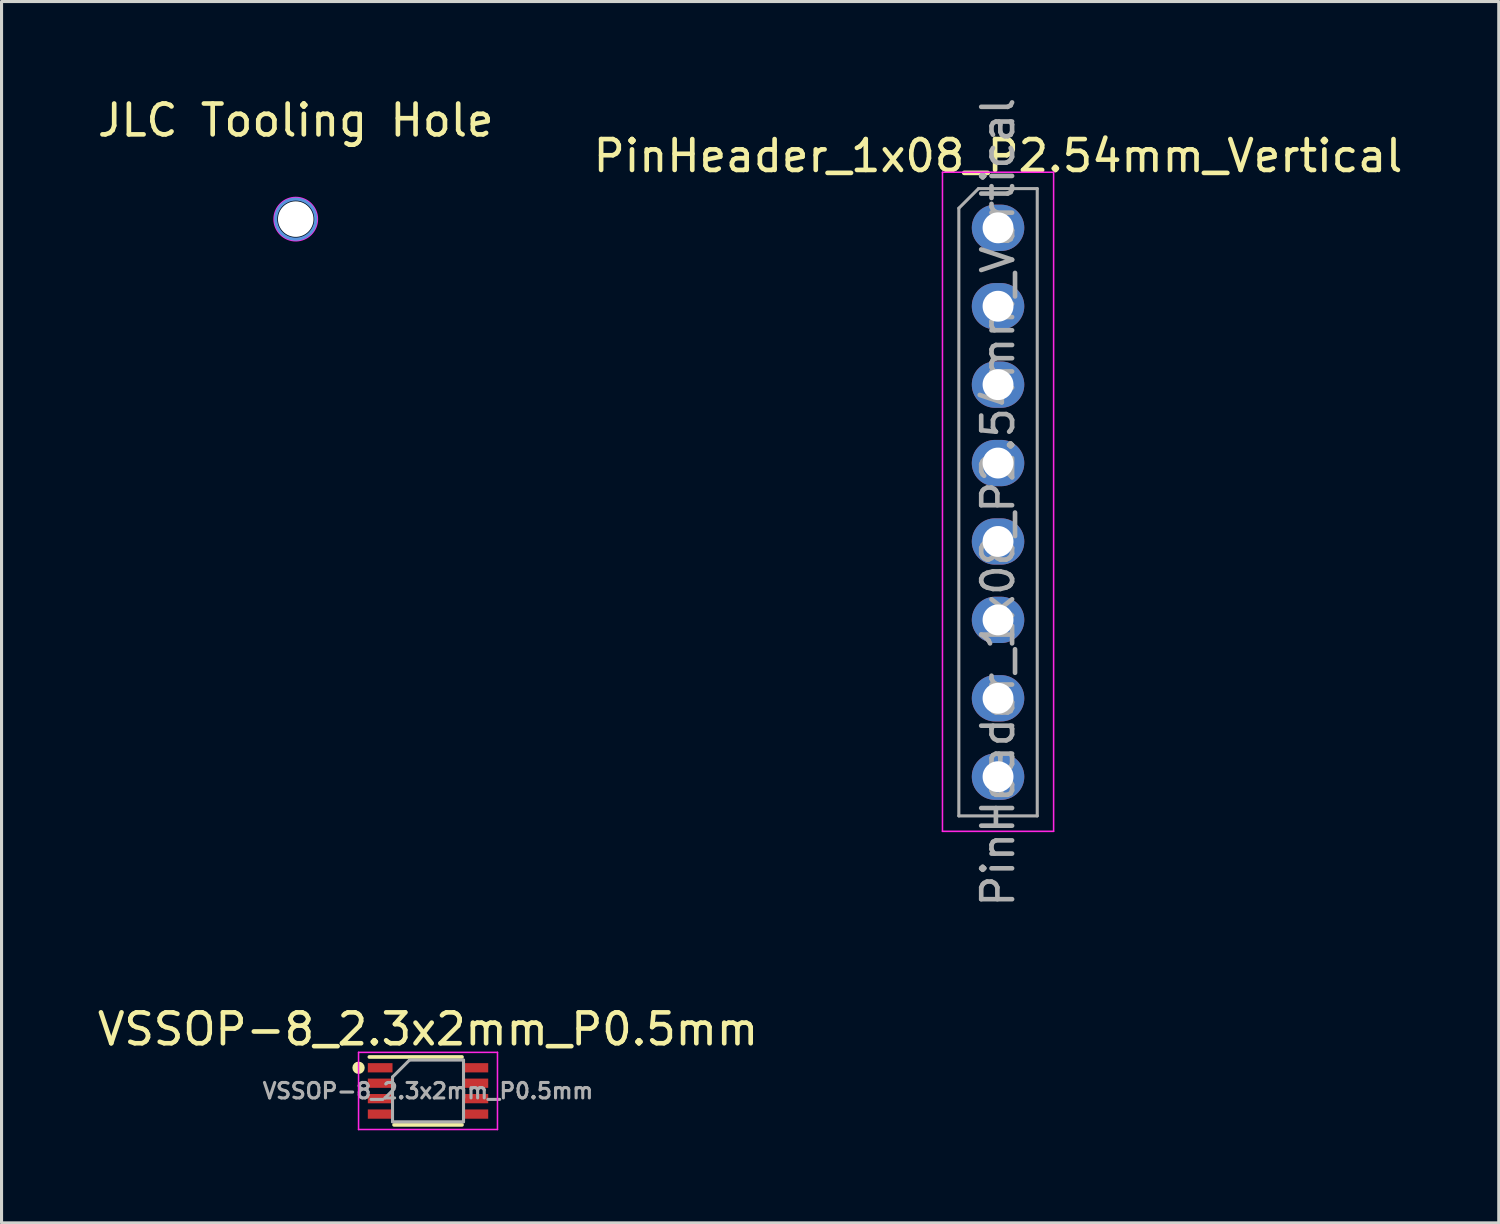
<source format=kicad_pcb>
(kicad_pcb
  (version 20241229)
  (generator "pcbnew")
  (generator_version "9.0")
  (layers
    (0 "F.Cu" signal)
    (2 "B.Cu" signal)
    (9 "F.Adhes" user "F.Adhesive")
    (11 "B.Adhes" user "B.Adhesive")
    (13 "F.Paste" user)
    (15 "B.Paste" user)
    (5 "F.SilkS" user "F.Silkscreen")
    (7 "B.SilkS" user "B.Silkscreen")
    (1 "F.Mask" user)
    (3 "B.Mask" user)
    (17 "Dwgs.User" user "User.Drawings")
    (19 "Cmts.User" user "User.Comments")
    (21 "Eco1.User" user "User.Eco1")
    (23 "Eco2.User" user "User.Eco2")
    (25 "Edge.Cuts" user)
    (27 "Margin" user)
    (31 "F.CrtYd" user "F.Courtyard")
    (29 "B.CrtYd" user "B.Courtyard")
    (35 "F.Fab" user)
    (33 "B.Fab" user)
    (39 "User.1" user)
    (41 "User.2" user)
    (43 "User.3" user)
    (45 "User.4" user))
  (footprint "PinHeader_1x08_P2.54mm_Vertical"
    (layer "F.Cu")
    (at 29.28 4.33)
    (property "Reference" "PinHeader_1x08_P2.54mm_Vertical" (at 0 -2.33 0) (layer "F.SilkS") (effects (font (size 1 1) (thickness 0.15))))
    (attr through_hole)
    (fp_line (start -1.8 -1.8) (end -1.8 19.55) (stroke (width 0.05) (type solid)) (layer "F.CrtYd"))
    (fp_line (start -1.8 19.55) (end 1.8 19.55) (stroke (width 0.05) (type solid)) (layer "F.CrtYd"))
    (fp_line (start 1.8 -1.8) (end -1.8 -1.8) (stroke (width 0.05) (type solid)) (layer "F.CrtYd"))
    (fp_line (start 1.8 19.55) (end 1.8 -1.8) (stroke (width 0.05) (type solid)) (layer "F.CrtYd"))
    (fp_line (start -1.27 -0.635) (end -0.635 -1.27) (stroke (width 0.1) (type solid)) (layer "F.Fab"))
    (fp_line (start -1.27 19.05) (end -1.27 -0.635) (stroke (width 0.1) (type solid)) (layer "F.Fab"))
    (fp_line (start -0.635 -1.27) (end 1.27 -1.27) (stroke (width 0.1) (type solid)) (layer "F.Fab"))
    (fp_line (start 1.27 -1.27) (end 1.27 19.05) (stroke (width 0.1) (type solid)) (layer "F.Fab"))
    (fp_line (start 1.27 19.05) (end -1.27 19.05) (stroke (width 0.1) (type solid)) (layer "F.Fab"))
    (fp_text user "${REFERENCE}" (at 0 8.89 90) (layer "F.Fab") (effects (font (size 1 1) (thickness 0.15))))
    (pad "1" thru_hole oval (at 0 0) (size 1.7 1.5) (drill 1) (layers "*.Cu" "*.Mask"))
    (pad "2" thru_hole oval (at 0 2.54) (size 1.7 1.5) (drill 1) (layers "*.Cu" "*.Mask"))
    (pad "3" thru_hole oval (at 0 5.08) (size 1.7 1.5) (drill 1) (layers "*.Cu" "*.Mask"))
    (pad "4" thru_hole oval (at 0 7.62) (size 1.7 1.5) (drill 1) (layers "*.Cu" "*.Mask"))
    (pad "5" thru_hole oval (at 0 10.16) (size 1.7 1.5) (drill 1) (layers "*.Cu" "*.Mask"))
    (pad "6" thru_hole oval (at 0 12.7) (size 1.7 1.5) (drill 1) (layers "*.Cu" "*.Mask"))
    (pad "7" thru_hole oval (at 0 15.24) (size 1.7 1.5) (drill 1) (layers "*.Cu" "*.Mask"))
    (pad "8" thru_hole oval (at 0 17.78) (size 1.7 1.5) (drill 1) (layers "*.Cu" "*.Mask")))
  (footprint "JLC Tooling Hole"
    (layer "F.Cu")
    (at 6.53 4.048)
    (property "Reference" "JLC Tooling Hole" (at 0 -3.2 0) (layer "F.SilkS") (effects (font (size 1 1) (thickness 0.15))))
    (attr exclude_from_pos_files exclude_from_bom)
    (fp_circle (center 0 0) (end 0.65 0) (stroke (width 0.1) (type solid)) (fill no) (layer "Cmts.User"))
    (fp_circle (center 0 0) (end 0.7 0) (stroke (width 0.05) (type solid)) (fill no) (layer "F.CrtYd"))
    (pad "" np_thru_hole circle (at 0 0) (size 1.152 1.152) (drill 1.152) (layers "*.Cu" "*.Mask")))
  (footprint "VSSOP-8_2.3x2mm_P0.5mm"
    (layer "F.Cu")
    (at 10.815 32.289)
    (property "Reference" "VSSOP-8_2.3x2mm_P0.5mm" (at 0 -2 0) (layer "F.SilkS") (effects (font (size 1 1) (thickness 0.15))))
    (attr smd)
    (fp_line (start 1.1 -1.1) (end -1.9 -1.1) (stroke (width 0.12) (type solid)) (layer "F.SilkS"))
    (fp_line (start 1.1 1.1) (end -1.1 1.1) (stroke (width 0.12) (type solid)) (layer "F.SilkS"))
    (fp_circle (center -2.25 -0.75) (end -2.15 -0.75) (stroke (width 0.2) (type solid)) (fill no) (layer "F.SilkS"))
    (fp_line (start -2.25 -1.25) (end 2.25 -1.25) (stroke (width 0.05) (type solid)) (layer "F.CrtYd"))
    (fp_line (start -2.25 1.25) (end -2.25 -1.25) (stroke (width 0.05) (type solid)) (layer "F.CrtYd"))
    (fp_line (start 2.25 -1.25) (end 2.25 1.25) (stroke (width 0.05) (type solid)) (layer "F.CrtYd"))
    (fp_line (start 2.25 1.25) (end -2.25 1.25) (stroke (width 0.05) (type solid)) (layer "F.CrtYd"))
    (fp_line (start -1.15 1) (end -1.15 -0.45) (stroke (width 0.1) (type solid)) (layer "F.Fab"))
    (fp_line (start -0.6 -1) (end -1.15 -0.45) (stroke (width 0.1) (type solid)) (layer "F.Fab"))
    (fp_line (start -0.6 -1) (end 1.15 -1) (stroke (width 0.1) (type solid)) (layer "F.Fab"))
    (fp_line (start 1.15 -1) (end 1.15 1) (stroke (width 0.1) (type solid)) (layer "F.Fab"))
    (fp_line (start 1.15 1) (end -1.15 1) (stroke (width 0.1) (type solid)) (layer "F.Fab"))
    (fp_text user "${REFERENCE}" (at 0 0 0) (layer "F.Fab") (effects (font (size 0.5 0.5) (thickness 0.1))))
    (pad "1" smd rect (at -1.55 -0.75 270) (size 0.3 0.8) (layers "F.Cu" "F.Mask" "F.Paste"))
    (pad "2" smd rect (at -1.55 -0.25 270) (size 0.3 0.8) (layers "F.Cu" "F.Mask" "F.Paste"))
    (pad "3" smd rect (at -1.55 0.25 270) (size 0.3 0.8) (layers "F.Cu" "F.Mask" "F.Paste"))
    (pad "4" smd rect (at -1.55 0.75 270) (size 0.3 0.8) (layers "F.Cu" "F.Mask" "F.Paste"))
    (pad "5" smd rect (at 1.55 0.75 270) (size 0.3 0.8) (layers "F.Cu" "F.Mask" "F.Paste"))
    (pad "6" smd rect (at 1.55 0.25 270) (size 0.3 0.8) (layers "F.Cu" "F.Mask" "F.Paste"))
    (pad "7" smd rect (at 1.55 -0.25 270) (size 0.3 0.8) (layers "F.Cu" "F.Mask" "F.Paste"))
    (pad "8" smd rect (at 1.55 -0.75 270) (size 0.3 0.8) (layers "F.Cu" "F.Mask" "F.Paste")))
  (gr_rect
    (start -3 -3)
    (end 45.5 36.564)
    (stroke (width 0.1) (type default))
    (fill no)
    (layer "Edge.Cuts")))
</source>
